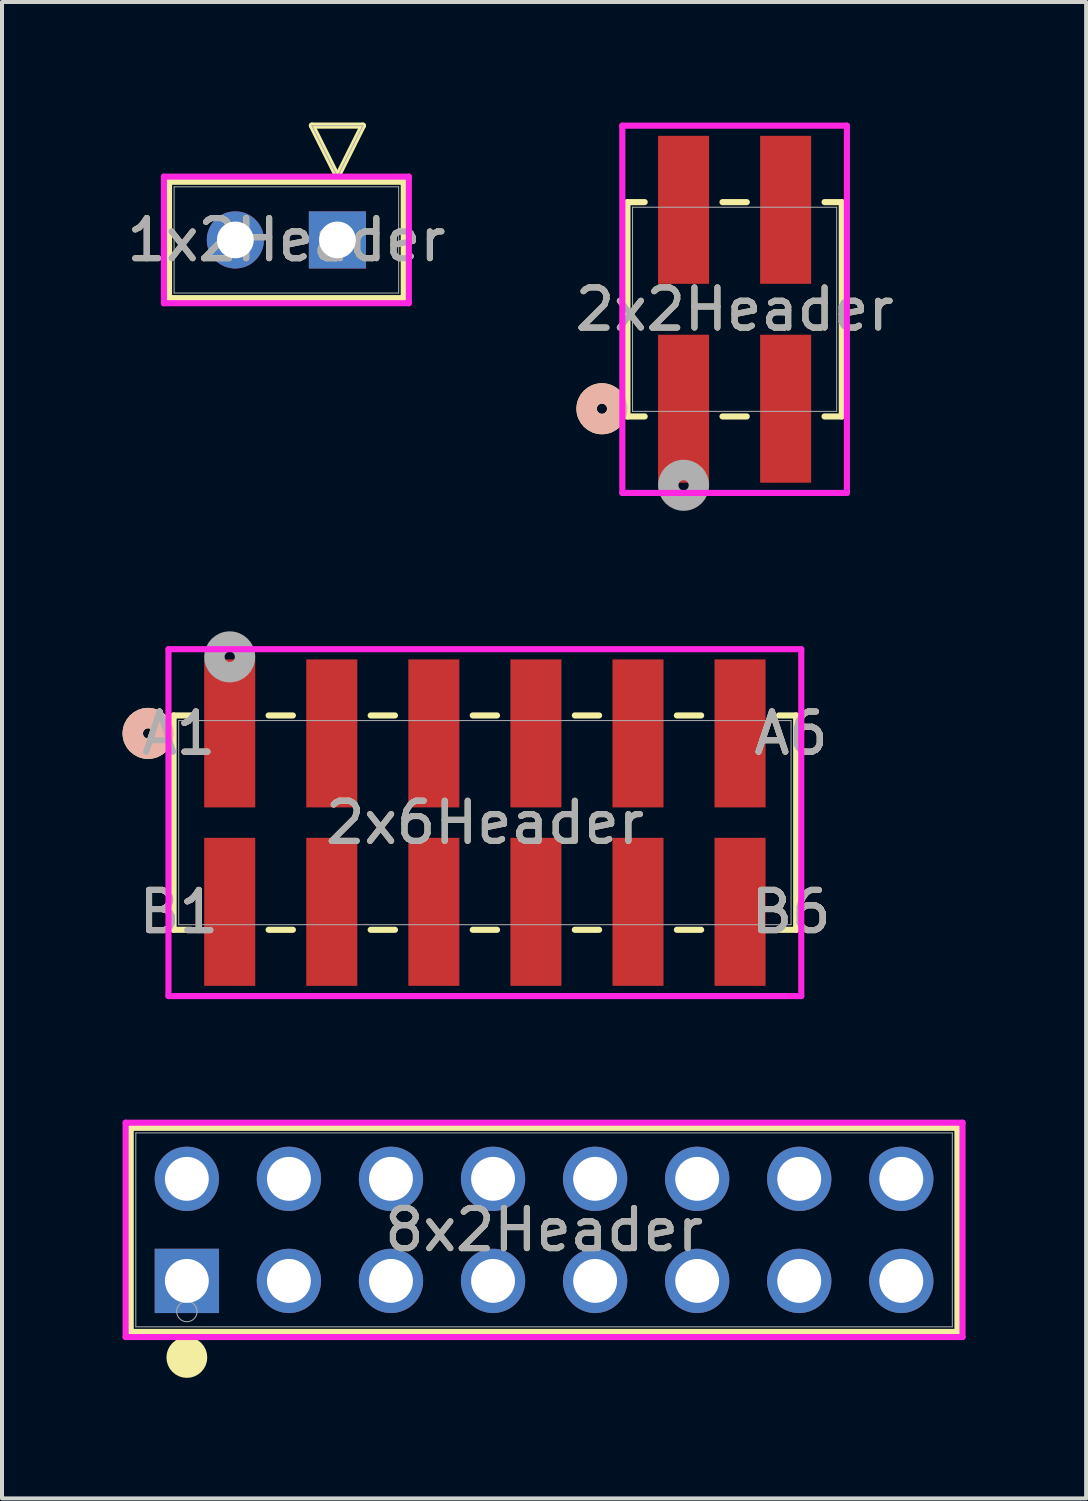
<source format=kicad_pcb>
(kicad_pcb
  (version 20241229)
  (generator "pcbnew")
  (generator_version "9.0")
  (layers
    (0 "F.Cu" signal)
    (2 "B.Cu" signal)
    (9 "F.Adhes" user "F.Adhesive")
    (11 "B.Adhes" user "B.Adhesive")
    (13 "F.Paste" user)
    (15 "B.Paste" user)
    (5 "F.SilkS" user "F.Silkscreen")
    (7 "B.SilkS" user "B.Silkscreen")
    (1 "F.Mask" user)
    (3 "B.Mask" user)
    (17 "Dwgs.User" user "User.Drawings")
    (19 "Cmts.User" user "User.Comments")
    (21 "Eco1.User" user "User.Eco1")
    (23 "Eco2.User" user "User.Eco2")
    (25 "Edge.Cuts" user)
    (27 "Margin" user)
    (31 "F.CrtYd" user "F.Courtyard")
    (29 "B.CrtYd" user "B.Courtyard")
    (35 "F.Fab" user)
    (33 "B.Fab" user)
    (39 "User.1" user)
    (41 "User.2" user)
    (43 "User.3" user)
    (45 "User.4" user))
  (footprint "2x6Header"
    (layer "F.Cu")
    (at 9.017 17.422)
    (property "Reference" "2x6Header" (at 0 0 0) (unlocked yes) (layer "F.SilkS") (effects (font (size 1 1) (thickness 0.15))))
    (attr smd)
    (fp_line (start -7.747 -2.667) (end -7.747 2.667) (stroke (width 0.152) (type solid)) (layer "F.SilkS"))
    (fp_line (start -7.747 2.667) (end -7.318 2.667) (stroke (width 0.152) (type solid)) (layer "F.SilkS"))
    (fp_line (start -7.318 -2.667) (end -7.747 -2.667) (stroke (width 0.152) (type solid)) (layer "F.SilkS"))
    (fp_line (start -5.382 2.667) (end -4.778 2.667) (stroke (width 0.152) (type solid)) (layer "F.SilkS"))
    (fp_line (start -4.778 -2.667) (end -5.382 -2.667) (stroke (width 0.152) (type solid)) (layer "F.SilkS"))
    (fp_line (start -2.842 2.667) (end -2.238 2.667) (stroke (width 0.152) (type solid)) (layer "F.SilkS"))
    (fp_line (start -2.238 -2.667) (end -2.842 -2.667) (stroke (width 0.152) (type solid)) (layer "F.SilkS"))
    (fp_line (start -0.302 2.667) (end 0.302 2.667) (stroke (width 0.152) (type solid)) (layer "F.SilkS"))
    (fp_line (start 0.302 -2.667) (end -0.302 -2.667) (stroke (width 0.152) (type solid)) (layer "F.SilkS"))
    (fp_line (start 2.238 2.667) (end 2.842 2.667) (stroke (width 0.152) (type solid)) (layer "F.SilkS"))
    (fp_line (start 2.842 -2.667) (end 2.238 -2.667) (stroke (width 0.152) (type solid)) (layer "F.SilkS"))
    (fp_line (start 4.778 2.667) (end 5.382 2.667) (stroke (width 0.152) (type solid)) (layer "F.SilkS"))
    (fp_line (start 5.382 -2.667) (end 4.778 -2.667) (stroke (width 0.152) (type solid)) (layer "F.SilkS"))
    (fp_line (start 7.318 2.667) (end 7.747 2.667) (stroke (width 0.152) (type solid)) (layer "F.SilkS"))
    (fp_line (start 7.747 -2.667) (end 7.318 -2.667) (stroke (width 0.152) (type solid)) (layer "F.SilkS"))
    (fp_line (start 7.747 2.667) (end 7.747 -2.667) (stroke (width 0.152) (type solid)) (layer "F.SilkS"))
    (fp_circle (center -8.382 -2.22) (end -8.001 -2.22) (stroke (width 0.508) (type solid)) (fill no) (layer "F.SilkS"))
    (fp_circle (center -8.382 -2.22) (end -8.001 -2.22) (stroke (width 0.508) (type solid)) (fill no) (layer "B.SilkS"))
    (fp_line (start -7.874 -4.316) (end -7.874 4.316) (stroke (width 0.152) (type solid)) (layer "F.CrtYd"))
    (fp_line (start -7.874 4.316) (end 7.874 4.316) (stroke (width 0.152) (type solid)) (layer "F.CrtYd"))
    (fp_line (start 7.874 -4.316) (end -7.874 -4.316) (stroke (width 0.152) (type solid)) (layer "F.CrtYd"))
    (fp_line (start 7.874 4.316) (end 7.874 -4.316) (stroke (width 0.152) (type solid)) (layer "F.CrtYd"))
    (fp_line (start -7.62 -2.54) (end -7.62 2.54) (stroke (width 0.025) (type solid)) (layer "F.Fab"))
    (fp_line (start -7.62 2.54) (end 7.62 2.54) (stroke (width 0.025) (type solid)) (layer "F.Fab"))
    (fp_line (start 7.62 -2.54) (end -7.62 -2.54) (stroke (width 0.025) (type solid)) (layer "F.Fab"))
    (fp_line (start 7.62 2.54) (end 7.62 -2.54) (stroke (width 0.025) (type solid)) (layer "F.Fab"))
    (fp_circle (center -6.35 -4.125) (end -5.969 -4.125) (stroke (width 0.508) (type solid)) (fill no) (layer "F.Fab"))
    (fp_text user "B6" (at 7.62 2.22 0) (unlocked yes) (layer "F.SilkS") (effects (font (size 1 1) (thickness 0.15))))
    (fp_text user "A1" (at -7.62 -2.22 0) (unlocked yes) (layer "F.SilkS") (effects (font (size 1 1) (thickness 0.15))))
    (fp_text user "A6" (at 7.62 -2.22 0) (unlocked yes) (layer "F.SilkS") (effects (font (size 1 1) (thickness 0.15))))
    (fp_text user "B1" (at -7.62 2.22 0) (unlocked yes) (layer "F.SilkS") (effects (font (size 1 1) (thickness 0.15))))
    (fp_text user "B1" (at -7.62 2.22 0) (unlocked yes) (layer "B.SilkS") (effects (font (size 1 1) (thickness 0.15))))
    (fp_text user "A1" (at -7.62 -2.22 0) (unlocked yes) (layer "B.SilkS") (effects (font (size 1 1) (thickness 0.15))))
    (fp_text user "A6" (at 7.62 -2.22 0) (unlocked yes) (layer "B.SilkS") (effects (font (size 1 1) (thickness 0.15))))
    (fp_text user "B6" (at 7.62 2.22 0) (unlocked yes) (layer "B.SilkS") (effects (font (size 1 1) (thickness 0.15))))
    (fp_text user "B6" (at 7.62 2.22 0) (unlocked yes) (layer "F.Fab") (effects (font (size 1 1) (thickness 0.15))))
    (fp_text user "${REFERENCE}" (at 0 0 0) (unlocked yes) (layer "F.Fab") (effects (font (size 1 1) (thickness 0.15))))
    (fp_text user "A1" (at -7.62 -2.22 0) (unlocked yes) (layer "F.Fab") (effects (font (size 1 1) (thickness 0.15))))
    (fp_text user "A6" (at 7.62 -2.22 0) (unlocked yes) (layer "F.Fab") (effects (font (size 1 1) (thickness 0.15))))
    (fp_text user "B1" (at -7.62 2.22 0) (unlocked yes) (layer "F.Fab") (effects (font (size 1 1) (thickness 0.15))))
    (pad "A1" smd rect (at -6.35 -2.22) (size 1.27 3.683) (layers "F.Cu" "F.Mask" "F.Paste"))
    (pad "A2" smd rect (at -3.81 -2.22) (size 1.27 3.683) (layers "F.Cu" "F.Mask" "F.Paste"))
    (pad "A3" smd rect (at -1.27 -2.22) (size 1.27 3.683) (layers "F.Cu" "F.Mask" "F.Paste"))
    (pad "A4" smd rect (at 1.27 -2.22) (size 1.27 3.683) (layers "F.Cu" "F.Mask" "F.Paste"))
    (pad "A5" smd rect (at 3.81 -2.22) (size 1.27 3.683) (layers "F.Cu" "F.Mask" "F.Paste"))
    (pad "A6" smd rect (at 6.35 -2.22) (size 1.27 3.683) (layers "F.Cu" "F.Mask" "F.Paste"))
    (pad "B1" smd rect (at -6.35 2.22) (size 1.27 3.683) (layers "F.Cu" "F.Mask" "F.Paste"))
    (pad "B2" smd rect (at -3.81 2.22) (size 1.27 3.683) (layers "F.Cu" "F.Mask" "F.Paste"))
    (pad "B3" smd rect (at -1.27 2.22) (size 1.27 3.683) (layers "F.Cu" "F.Mask" "F.Paste"))
    (pad "B4" smd rect (at 1.27 2.22) (size 1.27 3.683) (layers "F.Cu" "F.Mask" "F.Paste"))
    (pad "B5" smd rect (at 3.81 2.22) (size 1.27 3.683) (layers "F.Cu" "F.Mask" "F.Paste"))
    (pad "B6" smd rect (at 6.35 2.22) (size 1.27 3.683) (layers "F.Cu" "F.Mask" "F.Paste")))
  (footprint "2x2Header"
    (layer "F.Cu")
    (at 13.962 7.122)
    (property "Reference" "2x2Header" (at 1.27 -2.475 0) (unlocked yes) (layer "F.SilkS") (effects (font (size 1 1) (thickness 0.15))))
    (attr smd)
    (fp_line (start -1.397 -5.142) (end -1.397 0.192) (stroke (width 0.152) (type solid)) (layer "F.SilkS"))
    (fp_line (start -1.397 0.192) (end -0.968 0.192) (stroke (width 0.152) (type solid)) (layer "F.SilkS"))
    (fp_line (start -0.968 -5.142) (end -1.397 -5.142) (stroke (width 0.152) (type solid)) (layer "F.SilkS"))
    (fp_line (start 0.968 0.192) (end 1.572 0.192) (stroke (width 0.152) (type solid)) (layer "F.SilkS"))
    (fp_line (start 1.572 -5.142) (end 0.968 -5.142) (stroke (width 0.152) (type solid)) (layer "F.SilkS"))
    (fp_line (start 3.508 0.192) (end 3.937 0.192) (stroke (width 0.152) (type solid)) (layer "F.SilkS"))
    (fp_line (start 3.937 -5.142) (end 3.508 -5.142) (stroke (width 0.152) (type solid)) (layer "F.SilkS"))
    (fp_line (start 3.937 0.192) (end 3.937 -5.142) (stroke (width 0.152) (type solid)) (layer "F.SilkS"))
    (fp_circle (center -2.032 0) (end -1.651 0) (stroke (width 0.508) (type solid)) (fill no) (layer "F.SilkS"))
    (fp_circle (center -2.032 0) (end -1.651 0) (stroke (width 0.508) (type solid)) (fill no) (layer "B.SilkS"))
    (fp_line (start -1.524 -7.045) (end -1.524 2.095) (stroke (width 0.152) (type solid)) (layer "F.CrtYd"))
    (fp_line (start -1.524 2.095) (end 4.064 2.095) (stroke (width 0.152) (type solid)) (layer "F.CrtYd"))
    (fp_line (start 4.064 -7.045) (end -1.524 -7.045) (stroke (width 0.152) (type solid)) (layer "F.CrtYd"))
    (fp_line (start 4.064 2.095) (end 4.064 -7.045) (stroke (width 0.152) (type solid)) (layer "F.CrtYd"))
    (fp_line (start -1.27 -5.015) (end -1.27 0.065) (stroke (width 0.025) (type solid)) (layer "F.Fab"))
    (fp_line (start -1.27 0.065) (end 3.81 0.065) (stroke (width 0.025) (type solid)) (layer "F.Fab"))
    (fp_line (start 3.81 -5.015) (end -1.27 -5.015) (stroke (width 0.025) (type solid)) (layer "F.Fab"))
    (fp_line (start 3.81 0.065) (end 3.81 -5.015) (stroke (width 0.025) (type solid)) (layer "F.Fab"))
    (fp_circle (center 0 1.905) (end 0.381 1.905) (stroke (width 0.508) (type solid)) (fill no) (layer "F.Fab"))
    (fp_text user "${REFERENCE}" (at 1.27 -2.475 0) (unlocked yes) (layer "F.Fab") (effects (font (size 1 1) (thickness 0.15))))
    (pad "1" smd rect (at 0 0) (size 1.27 3.683) (layers "F.Cu" "F.Mask" "F.Paste"))
    (pad "2" smd rect (at 0 -4.95) (size 1.27 3.683) (layers "F.Cu" "F.Mask" "F.Paste"))
    (pad "3" smd rect (at 2.54 0) (size 1.27 3.683) (layers "F.Cu" "F.Mask" "F.Paste"))
    (pad "4" smd rect (at 2.54 -4.95) (size 1.27 3.683) (layers "F.Cu" "F.Mask" "F.Paste")))
  (footprint "1x2Header"
    (layer "F.Cu")
    (at 5.347 2.921)
    (property "Reference" "1x2Header" (at -1.27 0 0) (unlocked yes) (layer "F.SilkS") (effects (font (size 1 1) (thickness 0.15))))
    (attr through_hole)
    (fp_line (start -4.191 -1.448) (end -4.191 1.448) (stroke (width 0.152) (type solid)) (layer "F.SilkS"))
    (fp_line (start -4.191 1.448) (end 1.651 1.448) (stroke (width 0.152) (type solid)) (layer "F.SilkS"))
    (fp_line (start -0.635 -2.845) (end 0.635 -2.845) (stroke (width 0.152) (type solid)) (layer "F.SilkS"))
    (fp_line (start 0 -1.575) (end -0.635 -2.845) (stroke (width 0.152) (type solid)) (layer "F.SilkS"))
    (fp_line (start 0.635 -2.845) (end 0 -1.575) (stroke (width 0.152) (type solid)) (layer "F.SilkS"))
    (fp_line (start 1.651 -1.448) (end -4.191 -1.448) (stroke (width 0.152) (type solid)) (layer "F.SilkS"))
    (fp_line (start 1.651 1.448) (end 1.651 -1.448) (stroke (width 0.152) (type solid)) (layer "F.SilkS"))
    (fp_line (start -4.318 -1.575) (end -4.318 1.575) (stroke (width 0.152) (type solid)) (layer "F.CrtYd"))
    (fp_line (start -4.318 1.575) (end 1.778 1.575) (stroke (width 0.152) (type solid)) (layer "F.CrtYd"))
    (fp_line (start 1.778 -1.575) (end -4.318 -1.575) (stroke (width 0.152) (type solid)) (layer "F.CrtYd"))
    (fp_line (start 1.778 1.575) (end 1.778 -1.575) (stroke (width 0.152) (type solid)) (layer "F.CrtYd"))
    (fp_line (start -4.064 -1.321) (end -4.064 1.321) (stroke (width 0.025) (type solid)) (layer "F.Fab"))
    (fp_line (start -4.064 1.321) (end 1.524 1.321) (stroke (width 0.025) (type solid)) (layer "F.Fab"))
    (fp_line (start -0.635 -2.845) (end 0.635 -2.845) (stroke (width 0.025) (type solid)) (layer "F.Fab"))
    (fp_line (start 0 -1.575) (end -0.635 -2.845) (stroke (width 0.025) (type solid)) (layer "F.Fab"))
    (fp_line (start 0.635 -2.845) (end 0 -1.575) (stroke (width 0.025) (type solid)) (layer "F.Fab"))
    (fp_line (start 1.524 -1.321) (end -4.064 -1.321) (stroke (width 0.025) (type solid)) (layer "F.Fab"))
    (fp_line (start 1.524 1.321) (end 1.524 -1.321) (stroke (width 0.025) (type solid)) (layer "F.Fab"))
    (fp_text user "${REFERENCE}" (at -1.27 0 0) (unlocked yes) (layer "F.Fab") (effects (font (size 1 1) (thickness 0.15))))
    (pad "1" thru_hole rect (at 0 0) (size 1.422 1.422) (drill 0.914) (layers "*.Cu" "*.Mask"))
    (pad "2" thru_hole circle (at -2.54 0) (size 1.422 1.422) (drill 0.914) (layers "*.Cu" "*.Mask")))
  (footprint "8x2Header"
    (layer "F.Cu")
    (at 1.6 28.827)
    (property "Reference" "8x2Header" (at 8.89 -1.27 0) (unlocked yes) (layer "F.SilkS") (effects (font (size 1 1) (thickness 0.15))))
    (attr through_hole)
    (fp_line (start -1.397 -3.81) (end -1.397 1.27) (stroke (width 0.152) (type solid)) (layer "F.SilkS"))
    (fp_line (start -1.397 1.27) (end 19.177 1.27) (stroke (width 0.152) (type solid)) (layer "F.SilkS"))
    (fp_line (start 19.177 -3.81) (end -1.397 -3.81) (stroke (width 0.152) (type solid)) (layer "F.SilkS"))
    (fp_line (start 19.177 1.27) (end 19.177 -3.81) (stroke (width 0.152) (type solid)) (layer "F.SilkS"))
    (fp_circle (center 0 1.905) (end 0.254 1.905) (stroke (width 0.508) (type solid)) (fill no) (layer "F.SilkS"))
    (fp_line (start -1.524 -3.937) (end -1.524 1.397) (stroke (width 0.152) (type solid)) (layer "F.CrtYd"))
    (fp_line (start -1.524 1.397) (end 19.304 1.397) (stroke (width 0.152) (type solid)) (layer "F.CrtYd"))
    (fp_line (start 19.304 -3.937) (end -1.524 -3.937) (stroke (width 0.152) (type solid)) (layer "F.CrtYd"))
    (fp_line (start 19.304 1.397) (end 19.304 -3.937) (stroke (width 0.152) (type solid)) (layer "F.CrtYd"))
    (fp_line (start -1.27 -3.683) (end -1.27 1.143) (stroke (width 0.025) (type solid)) (layer "F.Fab"))
    (fp_line (start -1.27 1.143) (end 19.05 1.143) (stroke (width 0.025) (type solid)) (layer "F.Fab"))
    (fp_line (start 19.05 -3.683) (end -1.27 -3.683) (stroke (width 0.025) (type solid)) (layer "F.Fab"))
    (fp_line (start 19.05 1.143) (end 19.05 -3.683) (stroke (width 0.025) (type solid)) (layer "F.Fab"))
    (fp_circle (center 0 0.762) (end 0.254 0.762) (stroke (width 0.025) (type solid)) (fill no) (layer "F.Fab"))
    (fp_text user "${REFERENCE}" (at 8.89 -1.27 0) (unlocked yes) (layer "F.Fab") (effects (font (size 1 1) (thickness 0.15))))
    (pad "1" thru_hole rect (at 0 0) (size 1.6 1.6) (drill 1.092) (layers "*.Cu" "*.Mask"))
    (pad "2" thru_hole circle (at 0 -2.54) (size 1.6 1.6) (drill 1.092) (layers "*.Cu" "*.Mask"))
    (pad "3" thru_hole circle (at 2.54 0) (size 1.6 1.6) (drill 1.092) (layers "*.Cu" "*.Mask"))
    (pad "4" thru_hole circle (at 2.54 -2.54) (size 1.6 1.6) (drill 1.092) (layers "*.Cu" "*.Mask"))
    (pad "5" thru_hole circle (at 5.08 0) (size 1.6 1.6) (drill 1.092) (layers "*.Cu" "*.Mask"))
    (pad "6" thru_hole circle (at 5.08 -2.54) (size 1.6 1.6) (drill 1.092) (layers "*.Cu" "*.Mask"))
    (pad "7" thru_hole circle (at 7.62 0) (size 1.6 1.6) (drill 1.092) (layers "*.Cu" "*.Mask"))
    (pad "8" thru_hole circle (at 7.62 -2.54) (size 1.6 1.6) (drill 1.092) (layers "*.Cu" "*.Mask"))
    (pad "9" thru_hole circle (at 10.16 0) (size 1.6 1.6) (drill 1.092) (layers "*.Cu" "*.Mask"))
    (pad "10" thru_hole circle (at 10.16 -2.54) (size 1.6 1.6) (drill 1.092) (layers "*.Cu" "*.Mask"))
    (pad "11" thru_hole circle (at 12.7 0) (size 1.6 1.6) (drill 1.092) (layers "*.Cu" "*.Mask"))
    (pad "12" thru_hole circle (at 12.7 -2.54) (size 1.6 1.6) (drill 1.092) (layers "*.Cu" "*.Mask"))
    (pad "13" thru_hole circle (at 15.24 0) (size 1.6 1.6) (drill 1.092) (layers "*.Cu" "*.Mask"))
    (pad "14" thru_hole circle (at 15.24 -2.54) (size 1.6 1.6) (drill 1.092) (layers "*.Cu" "*.Mask"))
    (pad "15" thru_hole circle (at 17.78 0) (size 1.6 1.6) (drill 1.092) (layers "*.Cu" "*.Mask"))
    (pad "16" thru_hole circle (at 17.78 -2.54) (size 1.6 1.6) (drill 1.092) (layers "*.Cu" "*.Mask")))
  (gr_rect
    (start -3 -3)
    (end 23.98 34.24)
    (stroke (width 0.1) (type default))
    (fill no)
    (layer "Edge.Cuts")))
</source>
